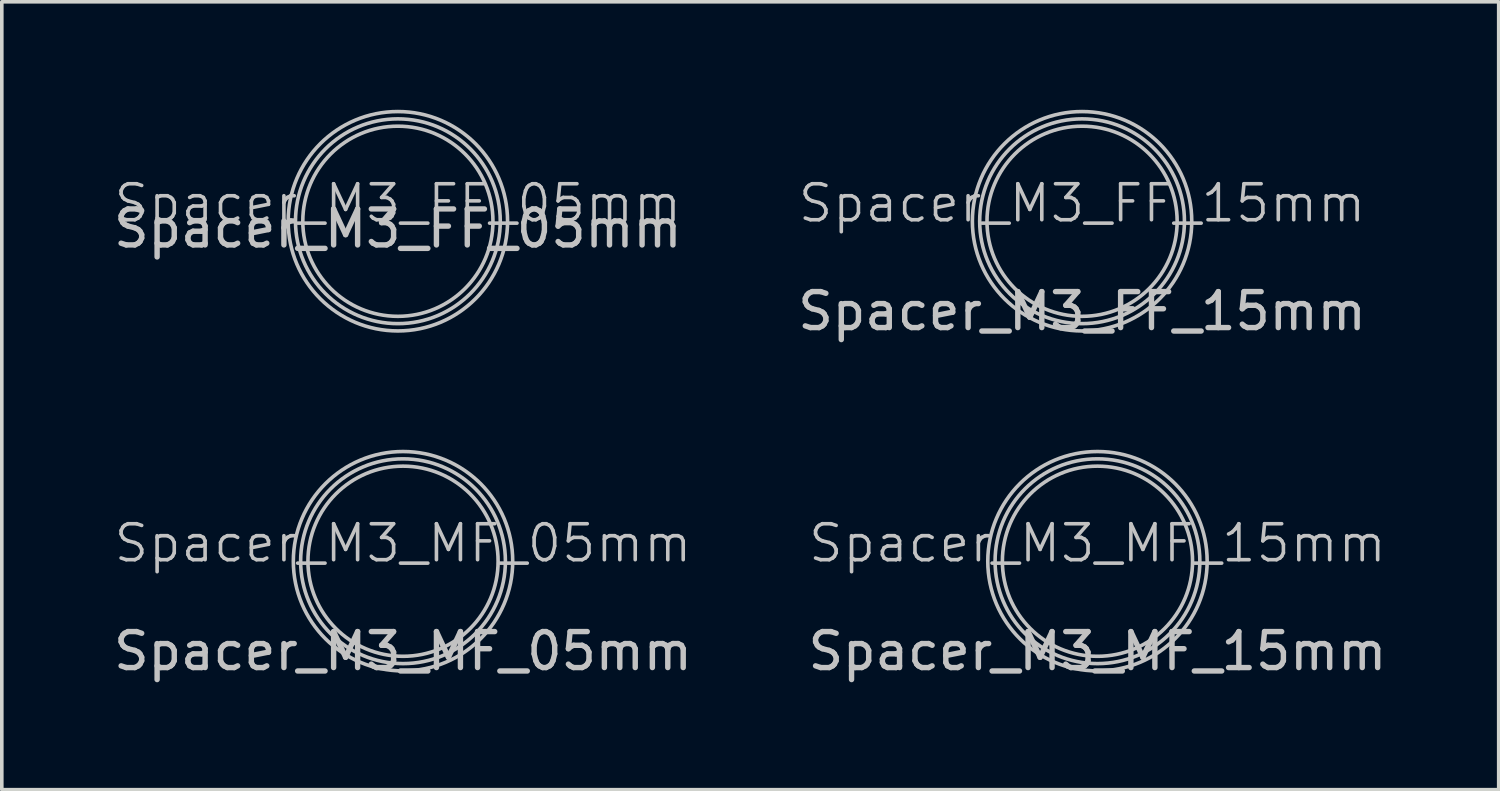
<source format=kicad_pcb>
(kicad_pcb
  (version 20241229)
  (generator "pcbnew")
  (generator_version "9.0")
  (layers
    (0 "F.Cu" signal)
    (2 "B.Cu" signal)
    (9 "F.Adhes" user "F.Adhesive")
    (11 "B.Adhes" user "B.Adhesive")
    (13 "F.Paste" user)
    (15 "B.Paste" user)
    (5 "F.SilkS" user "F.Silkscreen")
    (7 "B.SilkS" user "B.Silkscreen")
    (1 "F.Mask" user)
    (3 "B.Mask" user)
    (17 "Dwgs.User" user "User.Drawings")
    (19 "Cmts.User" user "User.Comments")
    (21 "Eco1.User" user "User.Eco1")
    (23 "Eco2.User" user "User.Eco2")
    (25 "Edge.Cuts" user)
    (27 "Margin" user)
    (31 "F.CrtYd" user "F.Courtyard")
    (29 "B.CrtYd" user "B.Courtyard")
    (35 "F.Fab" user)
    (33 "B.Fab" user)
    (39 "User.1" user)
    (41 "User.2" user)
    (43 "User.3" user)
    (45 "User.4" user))
  (footprint "Spacer_M3_MF_05mm"
    (layer "F.Cu")
    (at 8.149 12.545)
    (property "Reference" "Spacer_M3_MF_05mm" (at 0 -0.5 0) (unlocked yes) (layer "Dwgs.User") (effects (font (size 1 1) (thickness 0.1))))
    (fp_circle (center 0 0) (end 0 -2.845) (stroke (width 0.1) (type default)) (fill no) (layer "Dwgs.User"))
    (fp_circle (center 0 0) (end 0 -2.642) (stroke (width 0.1) (type default)) (fill no) (layer "Dwgs.User"))
    (fp_circle (center 0 0) (end 3.048 0) (stroke (width 0.1) (type default)) (fill no) (layer "Dwgs.User"))
    (fp_text user "${REFERENCE}" (at 0 2.5 0) (unlocked yes) (layer "Dwgs.User") (effects (font (size 1 1) (thickness 0.15)))))
  (footprint "Spacer_M3_FF_15mm"
    (layer "F.Cu")
    (at 27.018 3.098)
    (property "Reference" "Spacer_M3_FF_15mm" (at 0 -0.5 0) (unlocked yes) (layer "Dwgs.User") (effects (font (size 1 1) (thickness 0.1))))
    (fp_circle (center 0 0) (end 0 -2.845) (stroke (width 0.1) (type default)) (fill no) (layer "Dwgs.User"))
    (fp_circle (center 0 0) (end 0 -2.642) (stroke (width 0.1) (type default)) (fill no) (layer "Dwgs.User"))
    (fp_circle (center 0 0) (end 3.048 0) (stroke (width 0.1) (type default)) (fill no) (layer "Dwgs.User"))
    (fp_text user "${REFERENCE}" (at 0 2.5 0) (unlocked yes) (layer "Dwgs.User") (effects (font (size 1 1) (thickness 0.15)))))
  (footprint "Spacer_M3_MF_15mm"
    (layer "F.Cu")
    (at 27.446 12.545)
    (property "Reference" "Spacer_M3_MF_15mm" (at 0 -0.5 0) (unlocked yes) (layer "Dwgs.User") (effects (font (size 1 1) (thickness 0.1))))
    (fp_circle (center 0 0) (end 0 -2.845) (stroke (width 0.1) (type default)) (fill no) (layer "Dwgs.User"))
    (fp_circle (center 0 0) (end 0 -2.642) (stroke (width 0.1) (type default)) (fill no) (layer "Dwgs.User"))
    (fp_circle (center 0 0) (end 3.048 0) (stroke (width 0.1) (type default)) (fill no) (layer "Dwgs.User"))
    (fp_text user "${REFERENCE}" (at 0 2.5 0) (unlocked yes) (layer "Dwgs.User") (effects (font (size 1 1) (thickness 0.15)))))
  (footprint "Spacer_M3_FF_05mm"
    (layer "F.Cu")
    (at 8.006 3.098)
    (property "Reference" "Spacer_M3_FF_05mm" (at 0 -0.5 0) (unlocked yes) (layer "Dwgs.User") (effects (font (size 1 1) (thickness 0.1))))
    (fp_circle (center 0 0) (end 0 -2.845) (stroke (width 0.1) (type default)) (fill no) (layer "Dwgs.User"))
    (fp_circle (center 0 0) (end 0 -2.642) (stroke (width 0.1) (type default)) (fill no) (layer "Dwgs.User"))
    (fp_circle (center 0 0) (end 3.048 0) (stroke (width 0.1) (type default)) (fill no) (layer "Dwgs.User"))
    (fp_text user "${REFERENCE}" (at 0 0.203 0) (unlocked yes) (layer "Dwgs.User") (effects (font (size 1 1) (thickness 0.15)))))
  (gr_rect
    (start -3 -3)
    (end 38.595 18.893)
    (stroke (width 0.1) (type default))
    (fill no)
    (layer "Edge.Cuts")))
</source>
